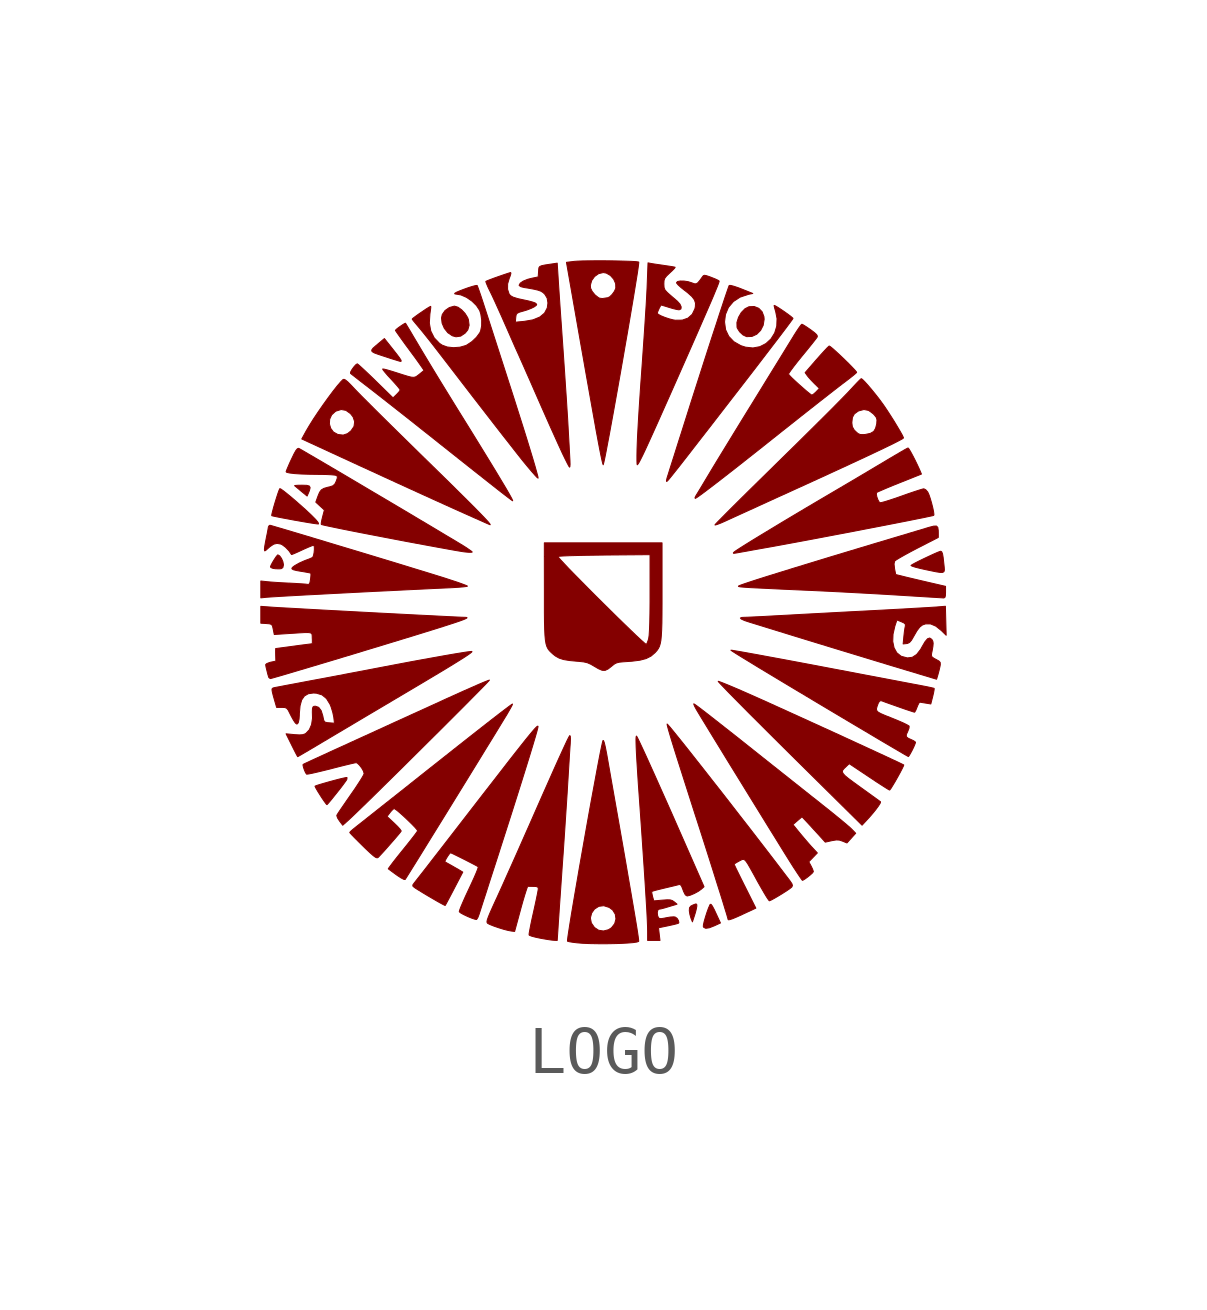
<source format=kicad_sym>
(kicad_symbol_lib
  (version 20210619)
  (generator bitmap2component)
  (symbol "LOGO"
    (pin_names
      (offset 1.016))
    (property "Reference" "#G"
      (at 0 6.872 0)
      (effects (font (size 1.27 1.27)) hide))
    (symbol "LOGO_0_0"
      (polyline (pts (xy 0.362 -7.073) (xy 0.519 -7.069) (xy 0.658 -7.061) (xy 0.772 -7.052) (xy 0.852 -7.04) (xy 0.889 -7.027) (xy 0.89 -7.018) (xy 0.887 -6.987) (xy 0.88 -6.931) (xy 0.868 -6.849) (xy 0.851 -6.739) (xy 0.828 -6.599) (xy 0.799 -6.427) (xy 0.764 -6.222) (xy 0.723 -5.982) (xy 0.675 -5.705) (xy 0.621 -5.389) (xy 0.559 -5.033) (xy 0.489 -4.634) (xy 0.411 -4.192) (xy 0.325 -3.704) (xy 0.231 -3.168) (xy 0.224 -3.127) (xy 0.196 -2.984) (xy 0.174 -2.89) (xy 0.157 -2.843) (xy 0.145 -2.843) (xy 0.145 -2.845) (xy 0.133 -2.889) (xy 0.114 -2.976) (xy 0.088 -3.102) (xy 0.057 -3.263) (xy 0.021 -3.453) (xy -0.019 -3.67) (xy -0.063 -3.907) (xy -0.11 -4.161) (xy -0.158 -4.428) (xy -0.207 -4.703) (xy -0.256 -4.981) (xy -0.305 -5.259) (xy -0.353 -5.531) (xy -0.398 -5.794) (xy -0.441 -6.042) (xy -0.48 -6.273) (xy -0.515 -6.48) (xy -0.524 -6.539) (xy -0.117 -6.539) (xy -0.09 -6.436) (xy -0.032 -6.354) (xy 0.058 -6.296) (xy 0.162 -6.283) (xy 0.276 -6.319) (xy 0.348 -6.373) (xy 0.402 -6.46) (xy 0.416 -6.559) (xy 0.39 -6.657) (xy 0.323 -6.743) (xy 0.259 -6.784) (xy 0.155 -6.81) (xy 0.054 -6.794) (xy -0.032 -6.737) (xy -0.097 -6.643) (xy -0.117 -6.539) (xy -0.524 -6.539) (xy -0.544 -6.661) (xy -0.567 -6.809) (xy -0.584 -6.922) (xy -0.593 -6.994) (xy -0.594 -7.022) (xy -0.593 -7.023) (xy -0.557 -7.033) (xy -0.487 -7.045) (xy -0.396 -7.056) (xy -0.277 -7.066) (xy -0.131 -7.072) (xy 0.029 -7.075) (xy 0.196 -7.076) (xy 0.362 -7.073)) (stroke (width 0.01)) (fill (type outline)))
      (polyline (pts (xy -0.79 -6.738) (xy -0.789 -6.719) (xy -0.783 -6.622) (xy -0.773 -6.484) (xy -0.762 -6.312) (xy -0.748 -6.114) (xy -0.733 -5.896) (xy -0.717 -5.666) (xy -0.701 -5.43) (xy -0.683 -5.184) (xy -0.665 -4.917) (xy -0.647 -4.647) (xy -0.63 -4.385) (xy -0.614 -4.142) (xy -0.6 -3.928) (xy -0.59 -3.754) (xy -0.582 -3.63) (xy -0.571 -3.445) (xy -0.56 -3.272) (xy -0.551 -3.119) (xy -0.543 -2.997) (xy -0.537 -2.916) (xy -0.536 -2.904) (xy -0.532 -2.805) (xy -0.536 -2.749) (xy -0.547 -2.74) (xy -0.551 -2.745) (xy -0.569 -2.777) (xy -0.601 -2.84) (xy -0.645 -2.934) (xy -0.704 -3.062) (xy -0.778 -3.224) (xy -0.868 -3.424) (xy -0.974 -3.663) (xy -1.098 -3.942) (xy -1.24 -4.264) (xy -1.401 -4.63) (xy -1.444 -4.726) (xy -1.549 -4.964) (xy -1.655 -5.204) (xy -1.759 -5.437) (xy -1.857 -5.655) (xy -1.944 -5.851) (xy -2.019 -6.016) (xy -2.077 -6.144) (xy -2.081 -6.151) (xy -2.153 -6.309) (xy -2.206 -6.428) (xy -2.242 -6.515) (xy -2.263 -6.574) (xy -2.271 -6.613) (xy -2.268 -6.636) (xy -2.256 -6.651) (xy -2.255 -6.652) (xy -2.207 -6.676) (xy -2.127 -6.708) (xy -2.028 -6.742) (xy -1.925 -6.774) (xy -1.832 -6.798) (xy -1.764 -6.811) (xy -1.695 -6.819) (xy -1.567 -6.348) (xy -1.562 -6.329) (xy -1.522 -6.186) (xy -1.485 -6.062) (xy -1.454 -5.965) (xy -1.432 -5.901) (xy -1.42 -5.879) (xy -1.415 -5.879) (xy -1.369 -5.88) (xy -1.301 -5.881) (xy -1.247 -5.883) (xy -1.21 -5.897) (xy -1.201 -5.929) (xy -1.206 -5.962) (xy -1.22 -6.037) (xy -1.242 -6.144) (xy -1.27 -6.275) (xy -1.302 -6.42) (xy -1.332 -6.553) (xy -1.359 -6.682) (xy -1.379 -6.786) (xy -1.392 -6.859) (xy -1.394 -6.891) (xy -1.387 -6.899) (xy -1.34 -6.918) (xy -1.261 -6.939) (xy -1.162 -6.96) (xy -1.119 -6.968) (xy -1.014 -6.986) (xy -0.927 -6.999) (xy -0.873 -7.004) (xy -0.808 -7.007) (xy -0.79 -6.738)) (stroke (width 0.01)) (fill (type outline)))
      (polyline (pts (xy 1.302 -6.743) (xy 1.505 -6.701) (xy 1.536 -6.694) (xy 1.626 -6.674) (xy 1.691 -6.657) (xy 1.719 -6.647) (xy 1.726 -6.636) (xy 1.718 -6.593) (xy 1.69 -6.547) (xy 1.65 -6.519) (xy 1.62 -6.515) (xy 1.548 -6.519) (xy 1.462 -6.534) (xy 1.424 -6.542) (xy 1.357 -6.553) (xy 1.32 -6.549) (xy 1.3 -6.53) (xy 1.283 -6.487) (xy 1.277 -6.427) (xy 1.287 -6.377) (xy 1.311 -6.356) (xy 1.312 -6.356) (xy 1.354 -6.349) (xy 1.427 -6.33) (xy 1.517 -6.303) (xy 1.688 -6.251) (xy 1.626 -6.2) (xy 1.59 -6.176) (xy 1.546 -6.162) (xy 1.482 -6.16) (xy 1.384 -6.167) (xy 1.204 -6.183) (xy 1.178 -6.09) (xy 1.174 -6.072) (xy 1.162 -6.014) (xy 1.163 -5.986) (xy 1.179 -5.98) (xy 1.237 -5.963) (xy 1.324 -5.941) (xy 1.431 -5.915) (xy 1.511 -5.896) (xy 1.613 -5.872) (xy 1.69 -5.853) (xy 1.731 -5.842) (xy 1.758 -5.844) (xy 1.784 -5.879) (xy 1.814 -5.955) (xy 1.825 -5.986) (xy 1.861 -6.057) (xy 1.898 -6.08) (xy 1.902 -6.08) (xy 1.965 -6.064) (xy 2.048 -6.029) (xy 2.131 -5.984) (xy 2.195 -5.938) (xy 2.251 -5.888) (xy 1.779 -4.815) (xy 1.722 -4.686) (xy 1.589 -4.383) (xy 1.461 -4.095) (xy 1.341 -3.827) (xy 1.231 -3.58) (xy 1.131 -3.359) (xy 1.044 -3.166) (xy 0.97 -3.006) (xy 0.912 -2.882) (xy 0.871 -2.797) (xy 0.848 -2.754) (xy 0.841 -2.75) (xy 0.836 -2.768) (xy 0.833 -2.811) (xy 0.834 -2.881) (xy 0.837 -2.982) (xy 0.843 -3.115) (xy 0.853 -3.285) (xy 0.866 -3.494) (xy 0.882 -3.744) (xy 0.903 -4.038) (xy 0.927 -4.379) (xy 0.948 -4.678) (xy 0.977 -5.109) (xy 1.003 -5.494) (xy 1.025 -5.834) (xy 1.043 -6.128) (xy 1.058 -6.374) (xy 1.068 -6.573) (xy 1.074 -6.724) (xy 1.076 -6.825) (xy 1.076 -7.007) (xy 1.333 -7.007) (xy 1.302 -6.743)) (stroke (width 0.01)) (fill (type outline)))
      (polyline (pts (xy 2.361 -6.743) (xy 2.47 -6.7) (xy 2.593 -6.643) (xy 2.495 -6.432) (xy 2.465 -6.367) (xy 2.423 -6.289) (xy 2.395 -6.253) (xy 2.378 -6.257) (xy 2.373 -6.266) (xy 2.343 -6.334) (xy 2.311 -6.423) (xy 2.28 -6.52) (xy 2.254 -6.61) (xy 2.238 -6.681) (xy 2.236 -6.718) (xy 2.245 -6.734) (xy 2.287 -6.754) (xy 2.361 -6.743)) (stroke (width 0.01)) (fill (type outline)))
      (polyline (pts (xy 2.054 -6.481) (xy 2.072 -6.423) (xy 2.092 -6.343) (xy 2.101 -6.289) (xy 2.101 -6.282) (xy 2.097 -6.251) (xy 2.075 -6.247) (xy 2.021 -6.268) (xy 1.976 -6.291) (xy 1.948 -6.327) (xy 1.944 -6.387) (xy 1.956 -6.464) (xy 1.979 -6.545) (xy 2.009 -6.619) (xy 2.054 -6.481)) (stroke (width 0.01)) (fill (type outline)))
      (polyline (pts (xy -2.485 -6.567) (xy -2.461 -6.53) (xy -2.437 -6.467) (xy -2.435 -6.462) (xy -2.418 -6.409) (xy -2.388 -6.315) (xy -2.346 -6.184) (xy -2.293 -6.022) (xy -2.233 -5.833) (xy -2.165 -5.622) (xy -2.091 -5.394) (xy -2.014 -5.155) (xy -2.001 -5.113) (xy -1.87 -4.705) (xy -1.749 -4.327) (xy -1.639 -3.98) (xy -1.54 -3.666) (xy -1.453 -3.387) (xy -1.378 -3.145) (xy -1.316 -2.941) (xy -1.267 -2.777) (xy -1.232 -2.656) (xy -1.212 -2.578) (xy -1.207 -2.546) (xy -1.213 -2.542) (xy -1.226 -2.548) (xy -1.247 -2.567) (xy -1.28 -2.601) (xy -1.325 -2.653) (xy -1.384 -2.724) (xy -1.46 -2.817) (xy -1.553 -2.934) (xy -1.666 -3.077) (xy -1.801 -3.249) (xy -1.958 -3.452) (xy -2.141 -3.688) (xy -2.351 -3.958) (xy -2.59 -4.267) (xy -2.754 -4.479) (xy -2.931 -4.708) (xy -3.099 -4.925) (xy -3.253 -5.124) (xy -3.393 -5.304) (xy -3.514 -5.461) (xy -3.616 -5.592) (xy -3.695 -5.692) (xy -3.748 -5.76) (xy -3.773 -5.792) (xy -3.785 -5.807) (xy -3.815 -5.849) (xy -3.815 -5.875) (xy -3.787 -5.9) (xy -3.756 -5.922) (xy -3.689 -5.964) (xy -3.601 -6.018) (xy -3.501 -6.078) (xy -3.398 -6.138) (xy -3.302 -6.194) (xy -3.221 -6.239) (xy -3.164 -6.269) (xy -3.142 -6.278) (xy -3.136 -6.269) (xy -3.111 -6.224) (xy -3.07 -6.147) (xy -3.016 -6.045) (xy -2.954 -5.926) (xy -2.775 -5.583) (xy -2.833 -5.548) (xy -2.863 -5.53) (xy -2.935 -5.489) (xy -3.015 -5.443) (xy -3.069 -5.413) (xy -3.124 -5.382) (xy -3.148 -5.367) (xy -3.142 -5.344) (xy -3.117 -5.297) (xy -3.083 -5.243) (xy -3.051 -5.199) (xy -3.03 -5.18) (xy -3.025 -5.182) (xy -2.986 -5.199) (xy -2.916 -5.233) (xy -2.827 -5.277) (xy -2.729 -5.326) (xy -2.632 -5.376) (xy -2.547 -5.42) (xy -2.485 -5.453) (xy -2.455 -5.471) (xy -2.454 -5.484) (xy -2.466 -5.524) (xy -2.494 -5.595) (xy -2.539 -5.699) (xy -2.604 -5.841) (xy -2.69 -6.025) (xy -2.724 -6.098) (xy -2.775 -6.214) (xy -2.816 -6.31) (xy -2.841 -6.377) (xy -2.848 -6.408) (xy -2.848 -6.409) (xy -2.82 -6.433) (xy -2.759 -6.467) (xy -2.677 -6.506) (xy -2.673 -6.508) (xy -2.59 -6.542) (xy -2.525 -6.564) (xy -2.491 -6.571) (xy -2.485 -6.567)) (stroke (width 0.01)) (fill (type outline)))
      (polyline (pts (xy 2.784 -6.574) (xy 2.849 -6.553) (xy 2.953 -6.509) (xy 3.098 -6.442) (xy 3.33 -6.334) (xy 3.104 -5.882) (xy 3.089 -5.853) (xy 3.022 -5.718) (xy 2.964 -5.6) (xy 2.918 -5.507) (xy 2.889 -5.444) (xy 2.878 -5.419) (xy 2.883 -5.412) (xy 2.921 -5.387) (xy 2.982 -5.353) (xy 3.016 -5.335) (xy 3.046 -5.321) (xy 3.072 -5.317) (xy 3.098 -5.329) (xy 3.128 -5.361) (xy 3.166 -5.418) (xy 3.216 -5.505) (xy 3.283 -5.625) (xy 3.37 -5.785) (xy 3.437 -5.903) (xy 3.501 -6.014) (xy 3.554 -6.102) (xy 3.593 -6.16) (xy 3.611 -6.181) (xy 3.616 -6.18) (xy 3.657 -6.162) (xy 3.726 -6.124) (xy 3.811 -6.074) (xy 3.9 -6.019) (xy 3.982 -5.966) (xy 4.045 -5.922) (xy 4.079 -5.894) (xy 4.079 -5.894) (xy 4.093 -5.863) (xy 4.081 -5.824) (xy 4.039 -5.762) (xy 3.901 -5.581) (xy 3.732 -5.359) (xy 3.553 -5.126) (xy 3.368 -4.886) (xy 3.179 -4.641) (xy 2.988 -4.396) (xy 2.799 -4.152) (xy 2.613 -3.913) (xy 2.432 -3.683) (xy 2.26 -3.463) (xy 2.099 -3.259) (xy 1.952 -3.072) (xy 1.82 -2.906) (xy 1.706 -2.764) (xy 1.613 -2.649) (xy 1.543 -2.564) (xy 1.498 -2.513) (xy 1.482 -2.498) (xy 1.483 -2.515) (xy 1.493 -2.557) (xy 1.511 -2.623) (xy 1.539 -2.719) (xy 1.577 -2.845) (xy 1.626 -3.004) (xy 1.687 -3.198) (xy 1.761 -3.43) (xy 1.848 -3.703) (xy 1.949 -4.019) (xy 2.064 -4.379) (xy 2.108 -4.514) (xy 2.199 -4.797) (xy 2.287 -5.073) (xy 2.371 -5.337) (xy 2.45 -5.587) (xy 2.522 -5.818) (xy 2.588 -6.025) (xy 2.644 -6.205) (xy 2.689 -6.354) (xy 2.724 -6.467) (xy 2.745 -6.541) (xy 2.753 -6.571) (xy 2.755 -6.576) (xy 2.784 -6.574)) (stroke (width 0.01)) (fill (type outline)))
      (polyline (pts (xy -3.974 -5.734) (xy -3.95 -5.697) (xy -3.903 -5.622) (xy -3.836 -5.514) (xy -3.75 -5.376) (xy -3.648 -5.212) (xy -3.534 -5.027) (xy -3.408 -4.823) (xy -3.273 -4.605) (xy -3.132 -4.377) (xy -2.988 -4.143) (xy -2.842 -3.906) (xy -2.697 -3.671) (xy -2.555 -3.44) (xy -2.419 -3.219) (xy -2.292 -3.011) (xy -2.174 -2.82) (xy -2.07 -2.65) (xy -1.981 -2.504) (xy -1.91 -2.387) (xy -1.858 -2.303) (xy -1.823 -2.242) (xy -1.777 -2.162) (xy -1.747 -2.105) (xy -1.739 -2.082) (xy -1.754 -2.089) (xy -1.807 -2.127) (xy -1.897 -2.195) (xy -2.024 -2.292) (xy -2.187 -2.418) (xy -2.384 -2.572) (xy -2.616 -2.754) (xy -2.881 -2.963) (xy -3.178 -3.198) (xy -3.507 -3.458) (xy -3.866 -3.743) (xy -3.879 -3.754) (xy -4.076 -3.91) (xy -4.266 -4.06) (xy -4.443 -4.2) (xy -4.603 -4.327) (xy -4.742 -4.437) (xy -4.855 -4.527) (xy -4.938 -4.592) (xy -4.986 -4.63) (xy -4.995 -4.637) (xy -5.063 -4.692) (xy -5.112 -4.735) (xy -5.13 -4.757) (xy -5.125 -4.765) (xy -5.091 -4.803) (xy -5.03 -4.866) (xy -4.949 -4.947) (xy -4.854 -5.041) (xy -4.799 -5.095) (xy -4.705 -5.183) (xy -4.638 -5.242) (xy -4.592 -5.275) (xy -4.561 -5.286) (xy -4.542 -5.28) (xy -4.527 -5.266) (xy -4.481 -5.217) (xy -4.416 -5.147) (xy -4.341 -5.062) (xy -4.262 -4.972) (xy -4.186 -4.885) (xy -4.122 -4.81) (xy -4.077 -4.755) (xy -4.058 -4.728) (xy -4.059 -4.723) (xy -4.083 -4.688) (xy -4.133 -4.632) (xy -4.202 -4.565) (xy -4.353 -4.425) (xy -4.288 -4.339) (xy -4.269 -4.316) (xy -4.228 -4.273) (xy -4.202 -4.26) (xy -4.191 -4.266) (xy -4.143 -4.3) (xy -4.076 -4.357) (xy -3.997 -4.428) (xy -3.915 -4.506) (xy -3.837 -4.582) (xy -3.772 -4.649) (xy -3.729 -4.699) (xy -3.715 -4.724) (xy -3.716 -4.725) (xy -3.737 -4.756) (xy -3.784 -4.819) (xy -3.852 -4.907) (xy -3.937 -5.014) (xy -4.032 -5.132) (xy -4.042 -5.144) (xy -4.135 -5.26) (xy -4.214 -5.36) (xy -4.275 -5.441) (xy -4.314 -5.494) (xy -4.327 -5.515) (xy -4.324 -5.517) (xy -4.292 -5.541) (xy -4.233 -5.585) (xy -4.156 -5.641) (xy -4.135 -5.656) (xy -4.061 -5.704) (xy -4.004 -5.734) (xy -3.976 -5.738) (xy -3.974 -5.734)) (stroke (width 0.01)) (fill (type outline)))
      (polyline (pts (xy 4.309 -5.753) (xy 4.35 -5.729) (xy 4.407 -5.688) (xy 4.465 -5.641) (xy 4.511 -5.599) (xy 4.528 -5.573) (xy 4.527 -5.566) (xy 4.511 -5.519) (xy 4.48 -5.455) (xy 4.433 -5.368) (xy 4.522 -5.276) (xy 4.611 -5.184) (xy 4.499 -5.063) (xy 4.487 -5.051) (xy 4.413 -4.966) (xy 4.327 -4.866) (xy 4.245 -4.768) (xy 4.103 -4.593) (xy 4.197 -4.512) (xy 4.292 -4.431) (xy 4.379 -4.524) (xy 4.394 -4.54) (xy 4.46 -4.611) (xy 4.54 -4.699) (xy 4.622 -4.788) (xy 4.777 -4.959) (xy 4.91 -4.929) (xy 4.92 -4.927) (xy 5.005 -4.913) (xy 5.07 -4.916) (xy 5.136 -4.938) (xy 5.228 -4.976) (xy 5.319 -4.875) (xy 5.41 -4.774) (xy 5.326 -4.687) (xy 5.29 -4.653) (xy 5.218 -4.591) (xy 5.119 -4.508) (xy 4.998 -4.409) (xy 4.862 -4.299) (xy 4.717 -4.184) (xy 4.649 -4.129) (xy 4.481 -3.997) (xy 4.29 -3.845) (xy 4.082 -3.68) (xy 3.869 -3.511) (xy 3.661 -3.346) (xy 3.466 -3.191) (xy 3.167 -2.953) (xy 2.901 -2.742) (xy 2.672 -2.562) (xy 2.48 -2.411) (xy 2.324 -2.289) (xy 2.202 -2.195) (xy 2.115 -2.129) (xy 2.06 -2.09) (xy 2.038 -2.077) (xy 2.038 -2.088) (xy 2.056 -2.131) (xy 2.091 -2.196) (xy 2.092 -2.198) (xy 2.128 -2.258) (xy 2.187 -2.356) (xy 2.268 -2.488) (xy 2.366 -2.649) (xy 2.479 -2.834) (xy 2.605 -3.039) (xy 2.74 -3.26) (xy 2.883 -3.492) (xy 3.03 -3.73) (xy 3.178 -3.971) (xy 3.325 -4.209) (xy 3.468 -4.441) (xy 3.604 -4.662) (xy 3.731 -4.866) (xy 3.845 -5.051) (xy 3.944 -5.211) (xy 4.026 -5.342) (xy 4.087 -5.439) (xy 4.125 -5.499) (xy 4.129 -5.504) (xy 4.193 -5.602) (xy 4.246 -5.681) (xy 4.284 -5.735) (xy 4.3 -5.755) (xy 4.309 -5.753)) (stroke (width 0.01)) (fill (type outline)))
      (polyline (pts (xy -5.172 -4.514) (xy -5.154 -4.498) (xy -5.089 -4.437) (xy -4.996 -4.348) (xy -4.879 -4.235) (xy -4.741 -4.101) (xy -4.585 -3.948) (xy -4.415 -3.78) (xy -4.232 -3.6) (xy -4.041 -3.412) (xy -3.845 -3.217) (xy -3.647 -3.021) (xy -3.449 -2.824) (xy -3.255 -2.632) (xy -3.069 -2.446) (xy -2.893 -2.27) (xy -2.731 -2.108) (xy -2.586 -1.961) (xy -2.46 -1.834) (xy -2.358 -1.73) (xy -2.281 -1.651) (xy -2.235 -1.601) (xy -2.22 -1.583) (xy -2.222 -1.583) (xy -2.257 -1.595) (xy -2.332 -1.625) (xy -2.441 -1.671) (xy -2.579 -1.732) (xy -2.741 -1.803) (xy -2.922 -1.885) (xy -3.118 -1.973) (xy -3.401 -2.103) (xy -3.823 -2.295) (xy -4.203 -2.468) (xy -4.541 -2.623) (xy -4.841 -2.76) (xy -5.104 -2.88) (xy -5.331 -2.984) (xy -5.525 -3.072) (xy -5.687 -3.147) (xy -5.82 -3.208) (xy -5.925 -3.256) (xy -6.003 -3.293) (xy -6.058 -3.318) (xy -6.09 -3.334) (xy -6.101 -3.34) (xy -6.104 -3.352) (xy -6.094 -3.398) (xy -6.074 -3.458) (xy -6.05 -3.512) (xy -6.029 -3.542) (xy -6.027 -3.543) (xy -5.989 -3.539) (xy -5.912 -3.524) (xy -5.803 -3.499) (xy -5.67 -3.467) (xy -5.52 -3.43) (xy -5.495 -3.423) (xy -5.347 -3.385) (xy -5.214 -3.352) (xy -5.106 -3.326) (xy -5.031 -3.309) (xy -4.995 -3.303) (xy -4.971 -3.313) (xy -4.927 -3.355) (xy -4.88 -3.416) (xy -4.844 -3.48) (xy -4.83 -3.532) (xy -4.83 -3.533) (xy -4.846 -3.568) (xy -4.886 -3.637) (xy -4.946 -3.731) (xy -5.021 -3.845) (xy -5.108 -3.97) (xy -5.115 -3.98) (xy -5.201 -4.104) (xy -5.277 -4.215) (xy -5.339 -4.305) (xy -5.381 -4.369) (xy -5.398 -4.398) (xy -5.399 -4.41) (xy -5.382 -4.458) (xy -5.343 -4.518) (xy -5.276 -4.607) (xy -5.172 -4.514)) (stroke (width 0.01)) (fill (type outline)))
      (polyline (pts (xy 5.672 -4.466) (xy 5.69 -4.447) (xy 5.766 -4.359) (xy 5.835 -4.273) (xy 5.889 -4.199) (xy 5.922 -4.145) (xy 5.928 -4.119) (xy 5.927 -4.118) (xy 5.898 -4.097) (xy 5.835 -4.051) (xy 5.746 -3.987) (xy 5.636 -3.907) (xy 5.512 -3.818) (xy 5.493 -3.804) (xy 5.355 -3.704) (xy 5.253 -3.628) (xy 5.185 -3.571) (xy 5.146 -3.526) (xy 5.132 -3.491) (xy 5.141 -3.458) (xy 5.17 -3.424) (xy 5.213 -3.383) (xy 5.275 -3.324) (xy 5.693 -3.603) (xy 5.72 -3.621) (xy 5.844 -3.704) (xy 5.953 -3.774) (xy 6.039 -3.829) (xy 6.096 -3.864) (xy 6.118 -3.874) (xy 6.144 -3.841) (xy 6.184 -3.776) (xy 6.234 -3.693) (xy 6.286 -3.601) (xy 6.336 -3.51) (xy 6.377 -3.431) (xy 6.404 -3.375) (xy 6.412 -3.351) (xy 6.406 -3.348) (xy 6.362 -3.326) (xy 6.279 -3.286) (xy 6.16 -3.231) (xy 6.011 -3.161) (xy 5.835 -3.08) (xy 5.638 -2.989) (xy 5.423 -2.89) (xy 5.195 -2.785) (xy 4.958 -2.676) (xy 4.716 -2.566) (xy 4.475 -2.456) (xy 4.238 -2.348) (xy 4.009 -2.244) (xy 3.793 -2.146) (xy 3.595 -2.056) (xy 3.419 -1.977) (xy 3.269 -1.91) (xy 3.197 -1.878) (xy 3.028 -1.804) (xy 2.875 -1.738) (xy 2.744 -1.683) (xy 2.642 -1.642) (xy 2.574 -1.616) (xy 2.546 -1.608) (xy 2.552 -1.618) (xy 2.59 -1.66) (xy 2.659 -1.732) (xy 2.756 -1.833) (xy 2.88 -1.959) (xy 3.028 -2.109) (xy 3.196 -2.279) (xy 3.384 -2.466) (xy 3.587 -2.669) (xy 3.804 -2.885) (xy 4.032 -3.111) (xy 5.543 -4.606) (xy 5.672 -4.466)) (stroke (width 0.01)) (fill (type outline)))
      (polyline (pts (xy -5.603 -4.177) (xy -5.577 -4.149) (xy -5.529 -4.093) (xy -5.468 -4.017) (xy -5.399 -3.931) (xy -5.33 -3.844) (xy -5.269 -3.764) (xy -5.223 -3.701) (xy -5.197 -3.664) (xy -5.188 -3.642) (xy -5.188 -3.612) (xy -5.206 -3.613) (xy -5.263 -3.625) (xy -5.348 -3.645) (xy -5.451 -3.672) (xy -5.561 -3.702) (xy -5.667 -3.732) (xy -5.758 -3.759) (xy -5.824 -3.78) (xy -5.853 -3.793) (xy -5.852 -3.799) (xy -5.832 -3.839) (xy -5.793 -3.906) (xy -5.74 -3.99) (xy -5.714 -4.031) (xy -5.662 -4.107) (xy -5.624 -4.159) (xy -5.606 -4.178) (xy -5.603 -4.177)) (stroke (width 0.01)) (fill (type outline)))
      (polyline (pts (xy -6.202 -3.172) (xy -6.153 -3.144) (xy -6.071 -3.096) (xy -5.962 -3.032) (xy -5.832 -2.955) (xy -5.688 -2.869) (xy -5.683 -2.866) (xy -5.555 -2.79) (xy -5.39 -2.692) (xy -5.196 -2.577) (xy -4.979 -2.448) (xy -4.747 -2.31) (xy -4.505 -2.167) (xy -4.261 -2.022) (xy -4.021 -1.88) (xy -3.888 -1.801) (xy -3.605 -1.633) (xy -3.361 -1.487) (xy -3.155 -1.364) (xy -2.985 -1.26) (xy -2.848 -1.175) (xy -2.742 -1.108) (xy -2.665 -1.057) (xy -2.615 -1.021) (xy -2.588 -0.998) (xy -2.584 -0.987) (xy -2.585 -0.986) (xy -2.619 -0.988) (xy -2.697 -0.998) (xy -2.816 -1.017) (xy -2.969 -1.042) (xy -3.154 -1.074) (xy -3.365 -1.112) (xy -3.599 -1.154) (xy -3.85 -1.2) (xy -4.115 -1.25) (xy -4.389 -1.302) (xy -4.582 -1.339) (xy -4.847 -1.39) (xy -5.129 -1.443) (xy -5.41 -1.497) (xy -5.674 -1.547) (xy -5.906 -1.59) (xy -5.965 -1.601) (xy -6.15 -1.636) (xy -6.319 -1.668) (xy -6.465 -1.695) (xy -6.582 -1.718) (xy -6.664 -1.733) (xy -6.703 -1.741) (xy -6.725 -1.747) (xy -6.744 -1.758) (xy -6.75 -1.782) (xy -6.743 -1.828) (xy -6.724 -1.905) (xy -6.691 -2.021) (xy -6.653 -2.152) (xy -6.54 -2.152) (xy -6.48 -2.155) (xy -6.442 -2.171) (xy -6.411 -2.21) (xy -6.374 -2.284) (xy -6.346 -2.339) (xy -6.304 -2.415) (xy -6.271 -2.465) (xy -6.256 -2.483) (xy -6.23 -2.5) (xy -6.207 -2.478) (xy -6.199 -2.459) (xy -6.186 -2.396) (xy -6.18 -2.315) (xy -6.18 -2.283) (xy -6.165 -2.118) (xy -6.131 -1.996) (xy -6.074 -1.914) (xy -5.993 -1.867) (xy -5.886 -1.852) (xy -5.823 -1.856) (xy -5.707 -1.891) (xy -5.614 -1.968) (xy -5.54 -2.088) (xy -5.518 -2.142) (xy -5.484 -2.253) (xy -5.463 -2.352) (xy -5.448 -2.481) (xy -5.557 -2.473) (xy -5.603 -2.469) (xy -5.649 -2.456) (xy -5.671 -2.423) (xy -5.686 -2.355) (xy -5.69 -2.332) (xy -5.725 -2.22) (xy -5.777 -2.151) (xy -5.844 -2.127) (xy -5.877 -2.13) (xy -5.897 -2.145) (xy -5.907 -2.181) (xy -5.909 -2.248) (xy -5.906 -2.355) (xy -5.906 -2.382) (xy -5.925 -2.51) (xy -5.972 -2.618) (xy -6.042 -2.692) (xy -6.062 -2.704) (xy -6.112 -2.721) (xy -6.18 -2.725) (xy -6.282 -2.719) (xy -6.456 -2.702) (xy -6.338 -2.94) (xy -6.299 -3.018) (xy -6.257 -3.101) (xy -6.227 -3.157) (xy -6.214 -3.178) (xy -6.202 -3.172)) (stroke (width 0.01)) (fill (type outline)))
      (polyline (pts (xy 6.522 -3.159) (xy 6.551 -3.111) (xy 6.587 -3.044) (xy 6.621 -2.974) (xy 6.646 -2.914) (xy 6.657 -2.88) (xy 6.653 -2.873) (xy 6.618 -2.847) (xy 6.556 -2.818) (xy 6.506 -2.796) (xy 6.466 -2.764) (xy 6.464 -2.72) (xy 6.496 -2.649) (xy 6.498 -2.644) (xy 6.521 -2.584) (xy 6.524 -2.543) (xy 6.518 -2.537) (xy 6.474 -2.511) (xy 6.396 -2.473) (xy 6.292 -2.428) (xy 6.17 -2.378) (xy 6.152 -2.371) (xy 6.021 -2.319) (xy 5.931 -2.28) (xy 5.875 -2.248) (xy 5.847 -2.216) (xy 5.843 -2.179) (xy 5.856 -2.13) (xy 5.881 -2.063) (xy 5.884 -2.057) (xy 5.912 -2.015) (xy 5.95 -2.014) (xy 5.964 -2.019) (xy 6.032 -2.045) (xy 6.125 -2.078) (xy 6.233 -2.116) (xy 6.346 -2.156) (xy 6.452 -2.193) (xy 6.543 -2.223) (xy 6.607 -2.244) (xy 6.635 -2.252) (xy 6.641 -2.248) (xy 6.663 -2.21) (xy 6.689 -2.146) (xy 6.701 -2.115) (xy 6.727 -2.062) (xy 6.747 -2.043) (xy 6.755 -2.044) (xy 6.803 -2.052) (xy 6.872 -2.063) (xy 6.975 -2.08) (xy 7.015 -1.923) (xy 7.033 -1.845) (xy 7.044 -1.784) (xy 7.045 -1.756) (xy 7.032 -1.752) (xy 6.979 -1.739) (xy 6.894 -1.721) (xy 6.79 -1.701) (xy 6.729 -1.689) (xy 6.621 -1.669) (xy 6.473 -1.641) (xy 6.29 -1.606) (xy 6.074 -1.565) (xy 5.832 -1.519) (xy 5.567 -1.469) (xy 5.285 -1.415) (xy 4.988 -1.359) (xy 4.683 -1.301) (xy 4.652 -1.295) (xy 4.355 -1.239) (xy 4.073 -1.186) (xy 3.81 -1.137) (xy 3.57 -1.093) (xy 3.355 -1.053) (xy 3.171 -1.02) (xy 3.021 -0.993) (xy 2.908 -0.974) (xy 2.837 -0.962) (xy 2.811 -0.96) (xy 2.812 -0.962) (xy 2.845 -0.985) (xy 2.92 -1.033) (xy 3.036 -1.105) (xy 3.192 -1.2) (xy 3.386 -1.319) (xy 3.619 -1.459) (xy 3.888 -1.621) (xy 4.193 -1.804) (xy 4.534 -2.008) (xy 4.908 -2.231) (xy 5.316 -2.474) (xy 5.756 -2.735) (xy 5.895 -2.818) (xy 6.058 -2.914) (xy 6.204 -3) (xy 6.327 -3.072) (xy 6.422 -3.128) (xy 6.484 -3.163) (xy 6.508 -3.176) (xy 6.522 -3.159)) (stroke (width 0.01)) (fill (type outline)))
      (polyline (pts (xy 7.123 -1.472) (xy 7.124 -1.469) (xy 7.148 -1.379) (xy 7.168 -1.291) (xy 7.173 -1.258) (xy 7.171 -1.216) (xy 7.143 -1.185) (xy 7.08 -1.15) (xy 7.046 -1.133) (xy 7.001 -1.101) (xy 6.987 -1.068) (xy 6.993 -1.018) (xy 7.002 -0.978) (xy 7.019 -0.881) (xy 7.024 -0.816) (xy 7.017 -0.773) (xy 6.998 -0.738) (xy 6.992 -0.732) (xy 6.952 -0.706) (xy 6.907 -0.722) (xy 6.855 -0.783) (xy 6.793 -0.889) (xy 6.764 -0.942) (xy 6.681 -1.049) (xy 6.59 -1.108) (xy 6.487 -1.121) (xy 6.369 -1.09) (xy 6.352 -1.083) (xy 6.266 -1.013) (xy 6.209 -0.909) (xy 6.182 -0.778) (xy 6.188 -0.626) (xy 6.226 -0.459) (xy 6.269 -0.33) (xy 6.365 -0.369) (xy 6.419 -0.394) (xy 6.447 -0.423) (xy 6.444 -0.46) (xy 6.436 -0.5) (xy 6.424 -0.579) (xy 6.414 -0.671) (xy 6.399 -0.83) (xy 6.472 -0.822) (xy 6.49 -0.819) (xy 6.532 -0.799) (xy 6.572 -0.753) (xy 6.619 -0.672) (xy 6.621 -0.668) (xy 6.687 -0.554) (xy 6.745 -0.478) (xy 6.802 -0.434) (xy 6.867 -0.412) (xy 6.972 -0.413) (xy 7.08 -0.459) (xy 7.195 -0.551) (xy 7.295 -0.649) (xy 7.287 -0.347) (xy 7.279 -0.045) (xy 7.087 -0.061) (xy 7.034 -0.064) (xy 6.931 -0.071) (xy 6.789 -0.079) (xy 6.614 -0.089) (xy 6.413 -0.101) (xy 6.19 -0.113) (xy 5.952 -0.126) (xy 5.706 -0.139) (xy 5.574 -0.146) (xy 5.298 -0.16) (xy 5.016 -0.175) (xy 4.738 -0.19) (xy 4.473 -0.204) (xy 4.23 -0.217) (xy 4.019 -0.229) (xy 3.848 -0.238) (xy 3.679 -0.247) (xy 3.507 -0.257) (xy 3.355 -0.264) (xy 3.229 -0.27) (xy 3.139 -0.274) (xy 3.091 -0.275) (xy 3.037 -0.278) (xy 3.008 -0.29) (xy 3.027 -0.311) (xy 3.094 -0.342) (xy 3.209 -0.38) (xy 3.226 -0.385) (xy 3.657 -0.518) (xy 4.101 -0.655) (xy 4.548 -0.792) (xy 4.986 -0.926) (xy 5.407 -1.054) (xy 5.801 -1.174) (xy 6.156 -1.282) (xy 7.095 -1.565) (xy 7.123 -1.472)) (stroke (width 0.01)) (fill (type outline)))
      (polyline (pts (xy -6.781 -1.551) (xy -6.742 -1.541) (xy -6.661 -1.518) (xy -6.542 -1.484) (xy -6.39 -1.439) (xy -6.209 -1.385) (xy -6.003 -1.324) (xy -5.779 -1.257) (xy -5.538 -1.185) (xy -5.287 -1.109) (xy -5.03 -1.032) (xy -4.772 -0.953) (xy -4.516 -0.876) (xy -4.268 -0.8) (xy -4.032 -0.728) (xy -3.812 -0.661) (xy -3.614 -0.6) (xy -3.441 -0.546) (xy -3.324 -0.51) (xy -3.12 -0.445) (xy -2.959 -0.393) (xy -2.838 -0.352) (xy -2.754 -0.321) (xy -2.705 -0.299) (xy -2.686 -0.285) (xy -2.696 -0.278) (xy -2.73 -0.275) (xy -2.744 -0.275) (xy -2.808 -0.273) (xy -2.916 -0.268) (xy -3.062 -0.261) (xy -3.242 -0.252) (xy -3.45 -0.241) (xy -3.682 -0.23) (xy -3.934 -0.217) (xy -4.2 -0.203) (xy -4.476 -0.189) (xy -4.756 -0.174) (xy -5.037 -0.159) (xy -5.314 -0.144) (xy -5.581 -0.13) (xy -5.834 -0.116) (xy -6.068 -0.103) (xy -6.278 -0.091) (xy -6.46 -0.081) (xy -6.609 -0.073) (xy -6.72 -0.066) (xy -6.788 -0.061) (xy -6.982 -0.047) (xy -6.982 -0.398) (xy -6.864 -0.405) (xy -6.805 -0.41) (xy -6.761 -0.423) (xy -6.739 -0.456) (xy -6.724 -0.523) (xy -6.702 -0.633) (xy -6.398 -0.613) (xy -6.331 -0.609) (xy -6.181 -0.599) (xy -6.072 -0.593) (xy -5.998 -0.592) (xy -5.952 -0.598) (xy -5.926 -0.61) (xy -5.915 -0.632) (xy -5.912 -0.664) (xy -5.911 -0.707) (xy -5.909 -0.747) (xy -5.909 -0.803) (xy -5.914 -0.826) (xy -5.922 -0.827) (xy -5.97 -0.833) (xy -6.055 -0.844) (xy -6.167 -0.858) (xy -6.297 -0.876) (xy -6.363 -0.885) (xy -6.484 -0.901) (xy -6.582 -0.914) (xy -6.648 -0.923) (xy -6.673 -0.926) (xy -6.673 -0.936) (xy -6.674 -0.984) (xy -6.673 -1.057) (xy -6.669 -1.188) (xy -6.775 -1.21) (xy -6.804 -1.218) (xy -6.86 -1.24) (xy -6.882 -1.261) (xy -6.881 -1.264) (xy -6.874 -1.309) (xy -6.857 -1.379) (xy -6.838 -1.456) (xy -6.819 -1.52) (xy -6.813 -1.532) (xy -6.784 -1.552) (xy -6.781 -1.551)) (stroke (width 0.01)) (fill (type outline)))
      (polyline (pts (xy 0.253 -1.351) (xy 0.332 -1.289) (xy 0.345 -1.278) (xy 0.388 -1.245) (xy 0.431 -1.224) (xy 0.487 -1.21) (xy 0.569 -1.202) (xy 0.688 -1.194) (xy 0.746 -1.19) (xy 0.914 -1.169) (xy 1.044 -1.135) (xy 1.147 -1.083) (xy 1.232 -1.01) (xy 1.237 -1.004) (xy 1.271 -0.966) (xy 1.298 -0.927) (xy 1.321 -0.882) (xy 1.338 -0.826) (xy 1.352 -0.755) (xy 1.361 -0.663) (xy 1.368 -0.545) (xy 1.373 -0.397) (xy 1.375 -0.214) (xy 1.376 0.01) (xy 1.376 0.278) (xy 1.376 1.276) (xy -1.076 1.276) (xy -1.076 0.992) (xy -0.792 0.992) (xy -0.791 0.993) (xy -0.756 0.998) (xy -0.677 1.003) (xy -0.56 1.008) (xy -0.41 1.012) (xy -0.234 1.016) (xy -0.036 1.019) (xy 0.177 1.022) (xy 1.126 1.03) (xy 1.126 0.213) (xy 1.126 0.044) (xy 1.124 -0.192) (xy 1.12 -0.388) (xy 1.114 -0.543) (xy 1.107 -0.653) (xy 1.098 -0.715) (xy 1.089 -0.748) (xy 1.067 -0.809) (xy 1.049 -0.84) (xy 1.039 -0.835) (xy 0.998 -0.801) (xy 0.928 -0.738) (xy 0.833 -0.65) (xy 0.719 -0.54) (xy 0.588 -0.413) (xy 0.445 -0.274) (xy 0.293 -0.124) (xy 0.137 0.03) (xy -0.019 0.185) (xy -0.171 0.338) (xy -0.315 0.484) (xy -0.448 0.619) (xy -0.565 0.739) (xy -0.661 0.841) (xy -0.734 0.919) (xy -0.779 0.971) (xy -0.792 0.992) (xy -1.076 0.992) (xy -1.075 0.257) (xy -1.075 0.058) (xy -1.075 -0.177) (xy -1.073 -0.371) (xy -1.069 -0.527) (xy -1.063 -0.652) (xy -1.054 -0.75) (xy -1.041 -0.826) (xy -1.023 -0.885) (xy -1 -0.931) (xy -0.971 -0.97) (xy -0.935 -1.006) (xy -0.893 -1.044) (xy -0.843 -1.083) (xy -0.768 -1.125) (xy -0.676 -1.155) (xy -0.556 -1.175) (xy -0.397 -1.19) (xy -0.357 -1.193) (xy -0.256 -1.204) (xy -0.179 -1.222) (xy -0.108 -1.253) (xy -0.022 -1.303) (xy 0.051 -1.346) (xy 0.128 -1.379) (xy 0.19 -1.381) (xy 0.253 -1.351)) (stroke (width 0.01)) (fill (type outline)))
      (polyline (pts (xy -6.888 0.14) (xy -6.857 0.143) (xy -6.772 0.149) (xy -6.643 0.157) (xy -6.476 0.167) (xy -6.275 0.178) (xy -6.045 0.191) (xy -5.788 0.204) (xy -5.511 0.219) (xy -5.216 0.234) (xy -4.909 0.25) (xy -4.594 0.266) (xy -4.275 0.281) (xy -3.957 0.297) (xy -3.643 0.312) (xy -3.338 0.327) (xy -3.047 0.34) (xy -2.985 0.343) (xy -2.864 0.351) (xy -2.766 0.359) (xy -2.701 0.367) (xy -2.678 0.374) (xy -2.679 0.376) (xy -2.711 0.391) (xy -2.782 0.418) (xy -2.885 0.455) (xy -3.013 0.497) (xy -3.159 0.545) (xy -3.213 0.562) (xy -3.349 0.604) (xy -3.523 0.658) (xy -3.73 0.721) (xy -3.964 0.793) (xy -4.219 0.871) (xy -4.49 0.953) (xy -4.77 1.038) (xy -5.055 1.124) (xy -5.338 1.209) (xy -5.613 1.292) (xy -5.875 1.371) (xy -6.117 1.444) (xy -6.335 1.509) (xy -6.523 1.565) (xy -6.674 1.609) (xy -6.783 1.641) (xy -6.805 1.64) (xy -6.825 1.608) (xy -6.825 1.605) (xy -6.833 1.556) (xy -6.848 1.476) (xy -6.868 1.381) (xy -6.869 1.373) (xy -6.888 1.277) (xy -6.902 1.195) (xy -6.907 1.145) (xy -6.907 1.133) (xy -6.902 1.109) (xy -6.883 1.116) (xy -6.838 1.156) (xy -6.789 1.199) (xy -6.713 1.249) (xy -6.643 1.265) (xy -6.567 1.251) (xy -6.539 1.238) (xy -6.467 1.185) (xy -6.396 1.111) (xy -6.342 1.032) (xy -6.335 1.034) (xy -6.291 1.051) (xy -6.218 1.083) (xy -6.125 1.126) (xy -6.073 1.15) (xy -5.984 1.189) (xy -5.916 1.216) (xy -5.882 1.226) (xy -5.878 1.225) (xy -5.868 1.195) (xy -5.867 1.137) (xy -5.873 1.07) (xy -5.886 1.009) (xy -5.902 0.974) (xy -5.918 0.965) (xy -5.97 0.942) (xy -6.043 0.915) (xy -6.081 0.9) (xy -6.181 0.855) (xy -6.266 0.807) (xy -6.282 0.797) (xy -6.326 0.763) (xy -6.336 0.737) (xy -6.308 0.717) (xy -6.238 0.699) (xy -6.122 0.679) (xy -6.118 0.679) (xy -6.032 0.664) (xy -5.968 0.652) (xy -5.94 0.643) (xy -5.938 0.634) (xy -5.939 0.587) (xy -5.947 0.516) (xy -5.958 0.451) (xy -5.976 0.414) (xy -6.003 0.41) (xy -6.008 0.411) (xy -6.056 0.417) (xy -6.141 0.423) (xy -6.253 0.43) (xy -6.381 0.437) (xy -6.393 0.437) (xy -6.531 0.444) (xy -6.663 0.452) (xy -6.775 0.46) (xy -6.851 0.467) (xy -6.982 0.481) (xy -6.982 0.13) (xy -6.888 0.14)) (stroke (width 0.01)) (fill (type outline)))
      (polyline (pts (xy 7.267 0.137) (xy 7.279 0.173) (xy 7.282 0.248) (xy 7.282 0.37) (xy 6.988 0.438) (xy 6.893 0.46) (xy 6.739 0.496) (xy 6.591 0.531) (xy 6.469 0.56) (xy 6.244 0.616) (xy 6.22 0.736) (xy 6.22 0.74) (xy 6.209 0.836) (xy 6.222 0.895) (xy 6.223 0.897) (xy 6.258 0.923) (xy 6.329 0.966) (xy 6.429 1.023) (xy 6.552 1.09) (xy 6.689 1.162) (xy 7.131 1.389) (xy 7.131 1.489) (xy 7.13 1.534) (xy 7.121 1.597) (xy 7.093 1.626) (xy 7.037 1.625) (xy 6.944 1.601) (xy 6.943 1.601) (xy 6.357 1.425) (xy 5.818 1.264) (xy 5.327 1.116) (xy 4.883 0.982) (xy 4.487 0.861) (xy 4.136 0.754) (xy 3.833 0.66) (xy 3.575 0.58) (xy 3.363 0.513) (xy 3.197 0.459) (xy 3.076 0.418) (xy 3.001 0.391) (xy 2.969 0.376) (xy 2.967 0.373) (xy 2.969 0.368) (xy 2.982 0.364) (xy 3.008 0.359) (xy 3.052 0.355) (xy 3.117 0.35) (xy 3.207 0.344) (xy 3.325 0.338) (xy 3.475 0.331) (xy 3.661 0.322) (xy 3.885 0.311) (xy 4.153 0.299) (xy 4.467 0.285) (xy 4.518 0.283) (xy 4.788 0.27) (xy 5.089 0.255) (xy 5.405 0.238) (xy 5.719 0.221) (xy 6.017 0.204) (xy 6.281 0.188) (xy 6.489 0.175) (xy 6.685 0.163) (xy 6.86 0.152) (xy 7.009 0.143) (xy 7.126 0.136) (xy 7.204 0.131) (xy 7.238 0.128) (xy 7.242 0.128) (xy 7.267 0.137)) (stroke (width 0.01)) (fill (type outline)))
      (polyline (pts (xy 7.221 0.66) (xy 7.249 0.676) (xy 7.258 0.71) (xy 7.255 0.763) (xy 7.247 0.839) (xy 7.245 0.856) (xy 7.232 0.974) (xy 7.219 1.049) (xy 7.202 1.089) (xy 7.182 1.101) (xy 7.165 1.097) (xy 7.111 1.076) (xy 7.029 1.04) (xy 6.932 0.995) (xy 6.828 0.946) (xy 6.729 0.898) (xy 6.645 0.855) (xy 6.586 0.822) (xy 6.562 0.805) (xy 6.562 0.804) (xy 6.588 0.79) (xy 6.652 0.769) (xy 6.747 0.745) (xy 6.862 0.719) (xy 6.963 0.698) (xy 7.085 0.673) (xy 7.169 0.66) (xy 7.221 0.66)) (stroke (width 0.01)) (fill (type outline)))
      (polyline (pts (xy -6.559 0.738) (xy -6.524 0.76) (xy -6.511 0.815) (xy -6.511 0.823) (xy -6.523 0.885) (xy -6.552 0.952) (xy -6.59 1.004) (xy -6.627 1.026) (xy -6.634 1.022) (xy -6.662 0.989) (xy -6.7 0.932) (xy -6.739 0.868) (xy -6.769 0.811) (xy -6.782 0.776) (xy -6.769 0.76) (xy -6.725 0.743) (xy -6.67 0.736) (xy -6.594 0.735) (xy -6.559 0.738)) (stroke (width 0.01)) (fill (type outline)))
      (polyline (pts (xy 2.916 1.064) (xy 2.947 1.069) (xy 3.024 1.083) (xy 3.138 1.103) (xy 3.279 1.129) (xy 3.441 1.158) (xy 3.616 1.189) (xy 3.651 1.195) (xy 3.837 1.229) (xy 4.048 1.268) (xy 4.28 1.311) (xy 4.526 1.357) (xy 4.784 1.406) (xy 5.048 1.456) (xy 5.313 1.506) (xy 5.575 1.557) (xy 5.83 1.606) (xy 6.072 1.653) (xy 6.297 1.697) (xy 6.501 1.737) (xy 6.679 1.773) (xy 6.826 1.802) (xy 6.937 1.826) (xy 7.009 1.841) (xy 7.036 1.849) (xy 7.04 1.867) (xy 7.033 1.924) (xy 7.016 2.007) (xy 6.992 2.102) (xy 6.965 2.196) (xy 6.937 2.278) (xy 6.912 2.333) (xy 6.911 2.335) (xy 6.87 2.382) (xy 6.83 2.402) (xy 6.801 2.396) (xy 6.732 2.375) (xy 6.63 2.342) (xy 6.506 2.3) (xy 6.368 2.251) (xy 6.246 2.208) (xy 6.122 2.167) (xy 6.02 2.135) (xy 5.949 2.116) (xy 5.917 2.112) (xy 5.901 2.124) (xy 5.874 2.171) (xy 5.851 2.233) (xy 5.84 2.291) (xy 5.847 2.326) (xy 5.848 2.326) (xy 5.882 2.343) (xy 5.954 2.374) (xy 6.056 2.418) (xy 6.182 2.47) (xy 6.324 2.527) (xy 6.78 2.709) (xy 6.747 2.787) (xy 6.738 2.808) (xy 6.695 2.901) (xy 6.647 3) (xy 6.598 3.095) (xy 6.554 3.176) (xy 6.52 3.232) (xy 6.502 3.253) (xy 6.488 3.247) (xy 6.437 3.22) (xy 6.356 3.173) (xy 6.252 3.112) (xy 6.133 3.042) (xy 6.101 3.023) (xy 5.988 2.955) (xy 5.841 2.868) (xy 5.667 2.764) (xy 5.473 2.649) (xy 5.265 2.526) (xy 5.051 2.4) (xy 4.837 2.274) (xy 4.657 2.168) (xy 4.379 2.004) (xy 4.114 1.846) (xy 3.866 1.698) (xy 3.638 1.56) (xy 3.433 1.436) (xy 3.256 1.328) (xy 3.108 1.236) (xy 2.994 1.164) (xy 2.916 1.113) (xy 2.878 1.085) (xy 2.861 1.066) (xy 2.867 1.057) (xy 2.916 1.064)) (stroke (width 0.01)) (fill (type outline)))
      (polyline (pts (xy -2.578 1.085) (xy -2.593 1.1) (xy -2.641 1.134) (xy -2.709 1.181) (xy -2.713 1.183) (xy -2.762 1.214) (xy -2.849 1.267) (xy -2.968 1.339) (xy -3.117 1.427) (xy -3.29 1.531) (xy -3.484 1.647) (xy -3.695 1.772) (xy -3.919 1.906) (xy -4.152 2.044) (xy -4.39 2.185) (xy -4.629 2.326) (xy -4.865 2.466) (xy -5.093 2.601) (xy -5.311 2.73) (xy -5.514 2.849) (xy -5.697 2.957) (xy -5.858 3.051) (xy -5.992 3.129) (xy -6.094 3.189) (xy -6.162 3.228) (xy -6.19 3.243) (xy -6.198 3.245) (xy -6.222 3.235) (xy -6.252 3.199) (xy -6.291 3.129) (xy -6.344 3.019) (xy -6.38 2.942) (xy -6.419 2.852) (xy -6.446 2.787) (xy -6.456 2.757) (xy -6.44 2.744) (xy -6.379 2.731) (xy -6.277 2.719) (xy -6.14 2.71) (xy -5.973 2.705) (xy -5.781 2.702) (xy -5.752 2.702) (xy -5.627 2.7) (xy -5.521 2.695) (xy -5.445 2.688) (xy -5.408 2.68) (xy -5.389 2.66) (xy -5.389 2.625) (xy -5.411 2.561) (xy -5.436 2.508) (xy -5.478 2.466) (xy -5.546 2.443) (xy -5.581 2.436) (xy -5.668 2.411) (xy -5.722 2.379) (xy -5.758 2.33) (xy -5.79 2.254) (xy -5.837 2.124) (xy -5.658 1.96) (xy -5.696 1.816) (xy -5.712 1.75) (xy -5.723 1.688) (xy -5.723 1.66) (xy -5.715 1.657) (xy -5.665 1.644) (xy -5.573 1.624) (xy -5.444 1.597) (xy -5.285 1.564) (xy -5.099 1.527) (xy -4.891 1.486) (xy -4.668 1.443) (xy -4.434 1.398) (xy -4.194 1.352) (xy -3.953 1.306) (xy -3.716 1.262) (xy -3.489 1.22) (xy -3.277 1.181) (xy -3.084 1.146) (xy -2.916 1.116) (xy -2.778 1.093) (xy -2.727 1.086) (xy -2.655 1.08) (xy -2.599 1.079) (xy -2.578 1.085)) (stroke (width 0.01)) (fill (type outline)))
      (polyline (pts (xy 2.53 1.661) (xy 2.603 1.689) (xy 2.696 1.73) (xy 2.759 1.759) (xy 2.864 1.807) (xy 3.004 1.871) (xy 3.173 1.948) (xy 3.366 2.036) (xy 3.576 2.132) (xy 3.799 2.234) (xy 4.029 2.338) (xy 4.175 2.405) (xy 4.594 2.596) (xy 4.971 2.769) (xy 5.304 2.923) (xy 5.595 3.058) (xy 5.841 3.174) (xy 6.044 3.271) (xy 6.202 3.348) (xy 6.315 3.406) (xy 6.383 3.443) (xy 6.406 3.461) (xy 6.404 3.47) (xy 6.382 3.518) (xy 6.339 3.595) (xy 6.28 3.695) (xy 6.212 3.808) (xy 6.138 3.925) (xy 6.064 4.039) (xy 5.995 4.141) (xy 5.98 4.162) (xy 5.907 4.262) (xy 5.826 4.366) (xy 5.744 4.467) (xy 5.666 4.559) (xy 5.6 4.632) (xy 5.551 4.681) (xy 5.526 4.697) (xy 5.522 4.694) (xy 5.491 4.666) (xy 5.435 4.609) (xy 5.361 4.53) (xy 5.275 4.437) (xy 5.243 4.403) (xy 5.165 4.323) (xy 5.057 4.213) (xy 4.923 4.077) (xy 4.766 3.92) (xy 4.627 3.782) (xy 5.33 3.782) (xy 5.342 3.889) (xy 5.382 3.962) (xy 5.455 4.016) (xy 5.475 4.026) (xy 5.582 4.054) (xy 5.68 4.035) (xy 5.774 3.966) (xy 5.802 3.937) (xy 5.841 3.886) (xy 5.854 3.836) (xy 5.849 3.763) (xy 5.848 3.751) (xy 5.824 3.661) (xy 5.786 3.597) (xy 5.717 3.557) (xy 5.609 3.534) (xy 5.57 3.531) (xy 5.505 3.533) (xy 5.458 3.553) (xy 5.407 3.599) (xy 5.377 3.63) (xy 5.34 3.696) (xy 5.33 3.778) (xy 5.33 3.782) (xy 4.627 3.782) (xy 4.589 3.744) (xy 4.396 3.553) (xy 4.192 3.351) (xy 3.978 3.141) (xy 3.76 2.927) (xy 3.584 2.754) (xy 3.382 2.556) (xy 3.193 2.37) (xy 3.02 2.199) (xy 2.866 2.046) (xy 2.734 1.914) (xy 2.626 1.805) (xy 2.545 1.723) (xy 2.495 1.671) (xy 2.478 1.65) (xy 2.486 1.648) (xy 2.53 1.661)) (stroke (width 0.01)) (fill (type outline)))
      (polyline (pts (xy -5.78 1.671) (xy -5.79 1.702) (xy -5.839 1.762) (xy -5.927 1.851) (xy -6.054 1.97) (xy -6.221 2.118) (xy -6.331 2.213) (xy -6.429 2.294) (xy -6.508 2.357) (xy -6.563 2.396) (xy -6.586 2.406) (xy -6.586 2.405) (xy -6.602 2.373) (xy -6.626 2.306) (xy -6.655 2.217) (xy -6.686 2.117) (xy -6.715 2.018) (xy -6.738 1.931) (xy -6.753 1.869) (xy -6.755 1.843) (xy -6.755 1.842) (xy -6.724 1.834) (xy -6.652 1.819) (xy -6.547 1.798) (xy -6.417 1.774) (xy -6.269 1.746) (xy -6.254 1.744) (xy -6.108 1.718) (xy -5.979 1.696) (xy -5.878 1.68) (xy -5.809 1.671) (xy -5.782 1.669) (xy -5.78 1.671)) (stroke (width 0.01)) (fill (type outline)))
      (polyline (pts (xy -2.203 1.654) (xy -2.213 1.674) (xy -2.248 1.717) (xy -2.31 1.784) (xy -2.4 1.878) (xy -2.518 1.999) (xy -2.667 2.148) (xy -2.847 2.326) (xy -3.059 2.536) (xy -3.305 2.777) (xy -3.587 3.053) (xy -3.681 3.145) (xy -3.892 3.352) (xy -4.097 3.553) (xy -4.29 3.743) (xy -4.47 3.921) (xy -4.631 4.081) (xy -4.771 4.221) (xy -4.886 4.336) (xy -4.972 4.424) (xy -5.026 4.48) (xy -5.103 4.562) (xy -5.172 4.631) (xy -5.219 4.669) (xy -5.25 4.683) (xy -5.271 4.677) (xy -5.316 4.632) (xy -5.39 4.546) (xy -5.479 4.433) (xy -5.579 4.299) (xy -5.684 4.153) (xy -5.788 4.003) (xy -5.886 3.856) (xy -5.949 3.755) (xy -5.554 3.755) (xy -5.548 3.853) (xy -5.507 3.942) (xy -5.431 4.012) (xy -5.413 4.022) (xy -5.308 4.054) (xy -5.209 4.036) (xy -5.115 3.969) (xy -5.06 3.899) (xy -5.027 3.8) (xy -5.041 3.701) (xy -5.104 3.609) (xy -5.176 3.551) (xy -5.266 3.521) (xy -5.372 3.533) (xy -5.382 3.536) (xy -5.47 3.585) (xy -5.527 3.662) (xy -5.554 3.755) (xy -5.949 3.755) (xy -5.971 3.72) (xy -6.04 3.603) (xy -6.129 3.44) (xy -4.91 2.878) (xy -4.669 2.768) (xy -4.396 2.642) (xy -4.117 2.514) (xy -3.843 2.389) (xy -3.582 2.27) (xy -3.34 2.16) (xy -3.128 2.064) (xy -2.953 1.985) (xy -2.844 1.936) (xy -2.674 1.86) (xy -2.522 1.792) (xy -2.393 1.735) (xy -2.295 1.691) (xy -2.23 1.663) (xy -2.206 1.653) (xy -2.203 1.654)) (stroke (width 0.01)) (fill (type outline)))
      (polyline (pts (xy -1.736 2.156) (xy -1.753 2.196) (xy -1.798 2.278) (xy -1.869 2.402) (xy -1.968 2.567) (xy -2.092 2.774) (xy -2.244 3.023) (xy -2.422 3.313) (xy -2.626 3.644) (xy -2.857 4.016) (xy -2.953 4.171) (xy -3.087 4.389) (xy -3.223 4.61) (xy -3.354 4.825) (xy -3.475 5.025) (xy -3.581 5.201) (xy -3.666 5.343) (xy -3.716 5.428) (xy -3.796 5.562) (xy -3.864 5.678) (xy -3.918 5.768) (xy -3.954 5.828) (xy -3.968 5.851) (xy -3.973 5.851) (xy -4.007 5.833) (xy -4.059 5.799) (xy -4.115 5.76) (xy -4.16 5.724) (xy -4.178 5.703) (xy -4.178 5.701) (xy -4.158 5.67) (xy -4.113 5.606) (xy -4.049 5.516) (xy -3.969 5.405) (xy -3.877 5.281) (xy -3.856 5.252) (xy -3.767 5.132) (xy -3.692 5.027) (xy -3.633 4.943) (xy -3.595 4.888) (xy -3.583 4.867) (xy -3.591 4.86) (xy -3.629 4.83) (xy -3.685 4.784) (xy -3.688 4.782) (xy -3.727 4.752) (xy -3.761 4.732) (xy -3.799 4.724) (xy -3.849 4.728) (xy -3.92 4.746) (xy -4.022 4.777) (xy -4.162 4.822) (xy -4.261 4.853) (xy -4.353 4.88) (xy -4.417 4.896) (xy -4.444 4.898) (xy -4.437 4.881) (xy -4.401 4.835) (xy -4.343 4.767) (xy -4.268 4.686) (xy -4.204 4.616) (xy -4.139 4.543) (xy -4.095 4.488) (xy -4.079 4.462) (xy -4.081 4.455) (xy -4.107 4.417) (xy -4.154 4.367) (xy -4.228 4.296) (xy -4.59 4.65) (xy -4.614 4.674) (xy -4.723 4.779) (xy -4.819 4.87) (xy -4.896 4.941) (xy -4.949 4.988) (xy -4.972 5.005) (xy -4.975 5.005) (xy -5.007 4.983) (xy -5.047 4.937) (xy -5.086 4.882) (xy -5.112 4.834) (xy -5.114 4.806) (xy -5.112 4.805) (xy -5.08 4.779) (xy -5.015 4.729) (xy -4.925 4.658) (xy -4.815 4.573) (xy -4.692 4.478) (xy -4.639 4.437) (xy -4.515 4.34) (xy -4.361 4.219) (xy -4.184 4.08) (xy -3.991 3.928) (xy -3.788 3.768) (xy -3.582 3.604) (xy -3.378 3.443) (xy -3.262 3.35) (xy -3.059 3.189) (xy -2.859 3.03) (xy -2.667 2.878) (xy -2.489 2.737) (xy -2.333 2.614) (xy -2.203 2.511) (xy -2.106 2.435) (xy -1.997 2.349) (xy -1.895 2.27) (xy -1.814 2.208) (xy -1.759 2.167) (xy -1.736 2.152) (xy -1.736 2.156)) (stroke (width 0.01)) (fill (type outline)))
      (polyline (pts (xy 2.076 2.205) (xy 2.123 2.235) (xy 2.208 2.296) (xy 2.33 2.388) (xy 2.49 2.51) (xy 2.685 2.661) (xy 2.916 2.841) (xy 3.182 3.051) (xy 3.482 3.288) (xy 3.816 3.554) (xy 3.846 3.578) (xy 4.055 3.743) (xy 4.26 3.906) (xy 4.457 4.061) (xy 4.64 4.205) (xy 4.805 4.334) (xy 4.946 4.444) (xy 5.058 4.531) (xy 5.136 4.591) (xy 5.183 4.626) (xy 5.281 4.701) (xy 5.359 4.763) (xy 5.411 4.807) (xy 5.43 4.827) (xy 5.427 4.835) (xy 5.395 4.874) (xy 5.338 4.935) (xy 5.264 5.011) (xy 5.178 5.095) (xy 5.09 5.179) (xy 5.006 5.257) (xy 4.935 5.321) (xy 4.883 5.363) (xy 4.859 5.377) (xy 4.853 5.373) (xy 4.816 5.339) (xy 4.757 5.276) (xy 4.681 5.193) (xy 4.594 5.095) (xy 4.357 4.822) (xy 4.403 4.757) (xy 4.427 4.727) (xy 4.486 4.661) (xy 4.552 4.593) (xy 4.654 4.494) (xy 4.587 4.424) (xy 4.575 4.412) (xy 4.528 4.371) (xy 4.498 4.354) (xy 4.492 4.356) (xy 4.454 4.383) (xy 4.392 4.433) (xy 4.315 4.5) (xy 4.231 4.574) (xy 4.15 4.648) (xy 4.08 4.714) (xy 4.031 4.765) (xy 4.01 4.791) (xy 4.022 4.815) (xy 4.061 4.871) (xy 4.122 4.953) (xy 4.201 5.054) (xy 4.293 5.168) (xy 4.378 5.271) (xy 4.463 5.376) (xy 4.533 5.464) (xy 4.583 5.528) (xy 4.606 5.56) (xy 4.612 5.583) (xy 4.596 5.614) (xy 4.551 5.656) (xy 4.47 5.717) (xy 4.452 5.729) (xy 4.376 5.781) (xy 4.318 5.817) (xy 4.289 5.831) (xy 4.271 5.814) (xy 4.232 5.762) (xy 4.179 5.683) (xy 4.118 5.587) (xy 4.114 5.579) (xy 4.067 5.503) (xy 3.998 5.391) (xy 3.91 5.247) (xy 3.806 5.078) (xy 3.688 4.887) (xy 3.561 4.681) (xy 3.428 4.464) (xy 3.291 4.242) (xy 3.291 4.241) (xy 3.149 4.012) (xy 3.007 3.781) (xy 2.869 3.556) (xy 2.739 3.343) (xy 2.619 3.147) (xy 2.514 2.975) (xy 2.428 2.833) (xy 2.365 2.728) (xy 2.364 2.726) (xy 2.284 2.593) (xy 2.212 2.472) (xy 2.151 2.371) (xy 2.106 2.297) (xy 2.082 2.258) (xy 2.063 2.22) (xy 2.067 2.202) (xy 2.076 2.205)) (stroke (width 0.01)) (fill (type outline)))
      (polyline (pts (xy -5.988 2.32) (xy -5.97 2.365) (xy -5.955 2.425) (xy -5.971 2.459) (xy -6.025 2.474) (xy -6.123 2.477) (xy -6.125 2.477) (xy -6.206 2.476) (xy -6.262 2.472) (xy -6.279 2.467) (xy -6.258 2.45) (xy -6.209 2.409) (xy -6.144 2.354) (xy -6.018 2.251) (xy -5.988 2.32)) (stroke (width 0.01)) (fill (type outline)))
      (polyline (pts (xy 1.473 2.554) (xy 1.481 2.56) (xy 1.496 2.574) (xy 1.518 2.599) (xy 1.55 2.638) (xy 1.593 2.691) (xy 1.65 2.763) (xy 1.722 2.853) (xy 1.81 2.966) (xy 1.917 3.103) (xy 2.043 3.266) (xy 2.192 3.458) (xy 2.365 3.68) (xy 2.562 3.935) (xy 2.787 4.226) (xy 3.041 4.554) (xy 3.161 4.709) (xy 3.333 4.932) (xy 3.493 5.141) (xy 3.64 5.333) (xy 3.772 5.505) (xy 3.885 5.654) (xy 3.977 5.776) (xy 4.046 5.869) (xy 4.089 5.928) (xy 4.104 5.951) (xy 4.101 5.957) (xy 4.068 5.986) (xy 4.009 6.031) (xy 3.936 6.084) (xy 3.858 6.137) (xy 3.788 6.183) (xy 3.735 6.214) (xy 3.712 6.223) (xy 3.712 6.211) (xy 3.723 6.163) (xy 3.744 6.092) (xy 3.772 5.948) (xy 3.766 5.79) (xy 3.722 5.647) (xy 3.645 5.524) (xy 3.541 5.428) (xy 3.415 5.363) (xy 3.27 5.336) (xy 3.114 5.353) (xy 3.015 5.385) (xy 2.872 5.467) (xy 2.766 5.578) (xy 2.7 5.716) (xy 2.678 5.878) (xy 2.697 6.033) (xy 2.759 6.181) (xy 2.862 6.303) (xy 3 6.394) (xy 3.171 6.452) (xy 3.266 6.471) (xy 3.031 6.565) (xy 2.961 6.592) (xy 2.871 6.622) (xy 2.806 6.639) (xy 2.776 6.639) (xy 2.774 6.636) (xy 2.758 6.594) (xy 2.729 6.51) (xy 2.687 6.387) (xy 2.635 6.229) (xy 2.572 6.04) (xy 2.502 5.823) (xy 2.423 5.583) (xy 2.339 5.324) (xy 2.25 5.048) (xy 2.158 4.76) (xy 2.063 4.464) (xy 1.967 4.164) (xy 1.872 3.863) (xy 1.778 3.566) (xy 1.738 3.442) (xy 1.678 3.252) (xy 1.623 3.077) (xy 1.574 2.924) (xy 1.534 2.799) (xy 1.506 2.708) (xy 1.49 2.659) (xy 1.48 2.627) (xy 1.468 2.574) (xy 1.472 2.554) (xy 1.473 2.554)) (stroke (width 0.01)) (fill (type outline)))
      (polyline (pts (xy -1.206 2.626) (xy -1.212 2.663) (xy -1.234 2.744) (xy -1.268 2.866) (xy -1.315 3.026) (xy -1.374 3.22) (xy -1.443 3.445) (xy -1.522 3.698) (xy -1.61 3.975) (xy -1.705 4.275) (xy -1.807 4.592) (xy -1.808 4.594) (xy -1.881 4.822) (xy -1.961 5.07) (xy -2.043 5.325) (xy -2.123 5.573) (xy -2.196 5.8) (xy -2.258 5.993) (xy -2.309 6.15) (xy -2.359 6.304) (xy -2.403 6.437) (xy -2.439 6.541) (xy -2.464 6.61) (xy -2.476 6.638) (xy -2.478 6.639) (xy -2.513 6.635) (xy -2.58 6.617) (xy -2.665 6.59) (xy -2.757 6.557) (xy -2.842 6.524) (xy -2.909 6.495) (xy -2.944 6.473) (xy -2.94 6.462) (xy -2.901 6.456) (xy -2.814 6.441) (xy -2.699 6.391) (xy -2.586 6.314) (xy -2.49 6.22) (xy -2.424 6.12) (xy -2.4 6.046) (xy -2.381 5.921) (xy -2.382 5.794) (xy -2.404 5.688) (xy -2.422 5.65) (xy -2.491 5.557) (xy -2.585 5.468) (xy -2.69 5.398) (xy -2.715 5.386) (xy -2.835 5.352) (xy -2.969 5.342) (xy -3.098 5.356) (xy -3.203 5.394) (xy -3.26 5.432) (xy -3.37 5.546) (xy -3.442 5.689) (xy -3.472 5.855) (xy -3.46 6.043) (xy -3.45 6.113) (xy -3.442 6.175) (xy -3.443 6.202) (xy -3.447 6.202) (xy -3.482 6.183) (xy -3.542 6.146) (xy -3.615 6.096) (xy -3.692 6.044) (xy -3.761 5.994) (xy -3.81 5.957) (xy -3.829 5.938) (xy -3.827 5.934) (xy -3.804 5.902) (xy -3.757 5.845) (xy -3.696 5.772) (xy -3.666 5.737) (xy -3.592 5.646) (xy -3.501 5.532) (xy -3.402 5.407) (xy -3.304 5.28) (xy -3.112 5.031) (xy -2.822 4.654) (xy -2.562 4.316) (xy -2.328 4.014) (xy -2.122 3.748) (xy -1.941 3.515) (xy -1.784 3.315) (xy -1.652 3.146) (xy -1.542 3.007) (xy -1.509 2.966) (xy -1.414 2.851) (xy -1.332 2.754) (xy -1.267 2.68) (xy -1.224 2.635) (xy -1.206 2.624) (xy -1.206 2.626)) (stroke (width 0.01)) (fill (type outline)))
      (polyline (pts (xy -0.544 2.863) (xy -0.54 2.911) (xy -0.542 2.984) (xy -0.542 2.986) (xy -0.546 3.054) (xy -0.552 3.162) (xy -0.559 3.298) (xy -0.568 3.453) (xy -0.577 3.616) (xy -0.582 3.706) (xy -0.591 3.868) (xy -0.604 4.066) (xy -0.618 4.293) (xy -0.635 4.54) (xy -0.652 4.801) (xy -0.67 5.067) (xy -0.688 5.33) (xy -0.704 5.556) (xy -0.721 5.804) (xy -0.738 6.04) (xy -0.753 6.258) (xy -0.766 6.452) (xy -0.777 6.615) (xy -0.785 6.741) (xy -0.79 6.823) (xy -0.808 7.103) (xy -0.898 7.089) (xy -0.961 7.08) (xy -1.065 7.064) (xy -1.131 7.05) (xy -1.169 7.034) (xy -1.187 7.012) (xy -1.193 6.979) (xy -1.196 6.93) (xy -1.204 6.816) (xy -1.338 6.788) (xy -1.421 6.767) (xy -1.515 6.729) (xy -1.578 6.686) (xy -1.601 6.643) (xy -1.599 6.636) (xy -1.564 6.612) (xy -1.495 6.595) (xy -1.429 6.585) (xy -1.301 6.562) (xy -1.21 6.541) (xy -1.146 6.518) (xy -1.101 6.489) (xy -1.064 6.453) (xy -1.017 6.374) (xy -1.001 6.273) (xy -1.015 6.17) (xy -1.072 6.062) (xy -1.171 5.98) (xy -1.313 5.922) (xy -1.497 5.89) (xy -1.68 5.873) (xy -1.672 5.968) (xy -1.67 5.987) (xy -1.662 6.032) (xy -1.64 6.06) (xy -1.593 6.082) (xy -1.509 6.106) (xy -1.436 6.128) (xy -1.348 6.162) (xy -1.286 6.193) (xy -1.245 6.223) (xy -1.235 6.245) (xy -1.26 6.269) (xy -1.271 6.275) (xy -1.328 6.295) (xy -1.416 6.318) (xy -1.519 6.34) (xy -1.629 6.364) (xy -1.728 6.395) (xy -1.783 6.427) (xy -1.811 6.463) (xy -1.842 6.558) (xy -1.841 6.672) (xy -1.806 6.79) (xy -1.788 6.834) (xy -1.773 6.886) (xy -1.777 6.907) (xy -1.792 6.904) (xy -1.846 6.887) (xy -1.927 6.86) (xy -2.022 6.827) (xy -2.118 6.793) (xy -2.204 6.761) (xy -2.267 6.736) (xy -2.294 6.723) (xy -2.295 6.716) (xy -2.28 6.675) (xy -2.25 6.604) (xy -2.207 6.515) (xy -2.203 6.508) (xy -2.16 6.419) (xy -2.103 6.296) (xy -2.037 6.15) (xy -1.965 5.991) (xy -1.895 5.831) (xy -1.885 5.809) (xy -1.815 5.65) (xy -1.748 5.497) (xy -1.687 5.358) (xy -1.636 5.245) (xy -1.601 5.168) (xy -1.596 5.155) (xy -1.561 5.077) (xy -1.51 4.963) (xy -1.447 4.819) (xy -1.374 4.655) (xy -1.296 4.476) (xy -1.215 4.292) (xy -1.212 4.285) (xy -1.125 4.087) (xy -1.035 3.884) (xy -0.947 3.685) (xy -0.864 3.502) (xy -0.793 3.344) (xy -0.737 3.222) (xy -0.698 3.137) (xy -0.643 3.024) (xy -0.598 2.934) (xy -0.566 2.874) (xy -0.55 2.853) (xy -0.544 2.863)) (stroke (width 0.01)) (fill (type outline)))
      (polyline (pts (xy 0.153 2.911) (xy 0.166 2.962) (xy 0.186 3.055) (xy 0.212 3.187) (xy 0.243 3.352) (xy 0.28 3.546) (xy 0.32 3.766) (xy 0.364 4.006) (xy 0.41 4.263) (xy 0.458 4.531) (xy 0.507 4.807) (xy 0.556 5.086) (xy 0.604 5.364) (xy 0.652 5.637) (xy 0.697 5.9) (xy 0.739 6.148) (xy 0.778 6.378) (xy 0.812 6.586) (xy 0.841 6.765) (xy 0.865 6.914) (xy 0.881 7.026) (xy 0.89 7.098) (xy 0.891 7.125) (xy 0.881 7.128) (xy 0.828 7.135) (xy 0.737 7.14) (xy 0.617 7.144) (xy 0.475 7.148) (xy 0.319 7.151) (xy 0.157 7.152) (xy -0.002 7.152) (xy -0.15 7.151) (xy -0.28 7.149) (xy -0.383 7.145) (xy -0.452 7.14) (xy -0.615 7.12) (xy -0.531 6.643) (xy -0.117 6.643) (xy -0.09 6.74) (xy -0.03 6.824) (xy 0.054 6.884) (xy 0.151 6.907) (xy 0.215 6.896) (xy 0.301 6.846) (xy 0.369 6.769) (xy 0.41 6.676) (xy 0.413 6.582) (xy 0.412 6.578) (xy 0.384 6.516) (xy 0.337 6.451) (xy 0.285 6.401) (xy 0.241 6.381) (xy 0.218 6.379) (xy 0.163 6.37) (xy 0.131 6.366) (xy 0.075 6.373) (xy 0.048 6.387) (xy -0.021 6.442) (xy -0.08 6.514) (xy -0.113 6.582) (xy -0.117 6.643) (xy -0.531 6.643) (xy -0.347 5.593) (xy -0.309 5.376) (xy -0.257 5.083) (xy -0.206 4.792) (xy -0.156 4.512) (xy -0.109 4.247) (xy -0.066 4.006) (xy -0.028 3.794) (xy 0.003 3.618) (xy 0.028 3.485) (xy 0.048 3.377) (xy 0.077 3.225) (xy 0.103 3.094) (xy 0.125 2.992) (xy 0.141 2.926) (xy 0.15 2.903) (xy 0.153 2.911)) (stroke (width 0.01)) (fill (type outline)))
      (polyline (pts (xy 0.862 2.904) (xy 0.877 2.92) (xy 0.9 2.957) (xy 0.932 3.019) (xy 0.976 3.107) (xy 1.032 3.225) (xy 1.101 3.376) (xy 1.185 3.561) (xy 1.286 3.785) (xy 1.403 4.048) (xy 1.54 4.355) (xy 1.696 4.707) (xy 1.855 5.067) (xy 1.996 5.386) (xy 2.119 5.666) (xy 2.224 5.907) (xy 2.314 6.113) (xy 2.389 6.285) (xy 2.449 6.426) (xy 2.495 6.538) (xy 2.53 6.622) (xy 2.552 6.681) (xy 2.564 6.717) (xy 2.565 6.731) (xy 2.541 6.747) (xy 2.482 6.775) (xy 2.401 6.807) (xy 2.373 6.818) (xy 2.302 6.842) (xy 2.261 6.85) (xy 2.236 6.841) (xy 2.216 6.816) (xy 2.166 6.746) (xy 2.122 6.694) (xy 2.087 6.672) (xy 2.049 6.673) (xy 1.996 6.693) (xy 1.919 6.717) (xy 1.833 6.73) (xy 1.756 6.731) (xy 1.699 6.72) (xy 1.677 6.696) (xy 1.679 6.689) (xy 1.71 6.651) (xy 1.769 6.597) (xy 1.847 6.535) (xy 1.911 6.486) (xy 1.999 6.407) (xy 2.051 6.338) (xy 2.073 6.27) (xy 2.07 6.195) (xy 2.06 6.15) (xy 2.005 6.037) (xy 1.917 5.958) (xy 1.798 5.916) (xy 1.655 5.914) (xy 1.614 5.92) (xy 1.527 5.942) (xy 1.437 5.972) (xy 1.356 6.005) (xy 1.298 6.036) (xy 1.276 6.061) (xy 1.278 6.069) (xy 1.294 6.111) (xy 1.318 6.165) (xy 1.343 6.211) (xy 1.358 6.231) (xy 1.382 6.224) (xy 1.442 6.206) (xy 1.522 6.181) (xy 1.603 6.157) (xy 1.681 6.138) (xy 1.729 6.131) (xy 1.732 6.131) (xy 1.77 6.149) (xy 1.775 6.191) (xy 1.75 6.248) (xy 1.696 6.309) (xy 1.669 6.332) (xy 1.591 6.399) (xy 1.514 6.466) (xy 1.483 6.494) (xy 1.438 6.544) (xy 1.418 6.596) (xy 1.414 6.67) (xy 1.414 6.671) (xy 1.417 6.738) (xy 1.433 6.787) (xy 1.47 6.835) (xy 1.536 6.898) (xy 1.596 6.954) (xy 1.637 6.997) (xy 1.649 7.017) (xy 1.643 7.019) (xy 1.6 7.028) (xy 1.524 7.04) (xy 1.426 7.054) (xy 1.396 7.059) (xy 1.291 7.074) (xy 1.204 7.087) (xy 1.149 7.096) (xy 1.084 7.109) (xy 1.067 6.664) (xy 1.064 6.583) (xy 1.056 6.432) (xy 1.046 6.245) (xy 1.032 6.029) (xy 1.017 5.79) (xy 1 5.537) (xy 0.982 5.277) (xy 0.964 5.017) (xy 0.951 4.832) (xy 0.932 4.571) (xy 0.915 4.314) (xy 0.899 4.069) (xy 0.885 3.843) (xy 0.874 3.645) (xy 0.865 3.481) (xy 0.86 3.36) (xy 0.855 3.219) (xy 0.853 3.093) (xy 0.853 2.992) (xy 0.855 2.926) (xy 0.859 2.903) (xy 0.862 2.904)) (stroke (width 0.01)) (fill (type outline)))
      (polyline (pts (xy -4.065 5.056) (xy -4.057 5.064) (xy -4.066 5.089) (xy -4.097 5.136) (xy -4.153 5.21) (xy -4.237 5.317) (xy -4.408 5.532) (xy -4.528 5.432) (xy -4.587 5.382) (xy -4.646 5.33) (xy -4.673 5.291) (xy -4.665 5.261) (xy -4.618 5.233) (xy -4.531 5.201) (xy -4.4 5.158) (xy -4.381 5.152) (xy -4.266 5.114) (xy -4.169 5.084) (xy -4.101 5.063) (xy -4.071 5.056) (xy -4.065 5.056)) (stroke (width 0.01)) (fill (type outline)))
      (polyline (pts (xy -2.818 5.583) (xy -2.724 5.647) (xy -2.67 5.714) (xy -2.643 5.81) (xy -2.658 5.927) (xy -2.674 5.969) (xy -2.727 6.054) (xy -2.798 6.13) (xy -2.874 6.185) (xy -2.944 6.206) (xy -2.956 6.206) (xy -3.055 6.178) (xy -3.144 6.116) (xy -3.202 6.033) (xy -3.218 5.961) (xy -3.206 5.853) (xy -3.16 5.746) (xy -3.087 5.654) (xy -2.993 5.59) (xy -2.916 5.569) (xy -2.818 5.583)) (stroke (width 0.01)) (fill (type outline)))
      (polyline (pts (xy 3.249 5.576) (xy 3.349 5.622) (xy 3.429 5.702) (xy 3.483 5.808) (xy 3.503 5.933) (xy 3.499 5.987) (xy 3.461 6.089) (xy 3.391 6.162) (xy 3.296 6.2) (xy 3.187 6.195) (xy 3.104 6.153) (xy 3.027 6.074) (xy 2.969 5.974) (xy 2.936 5.867) (xy 2.938 5.768) (xy 2.946 5.746) (xy 2.994 5.671) (xy 3.063 5.607) (xy 3.136 5.573) (xy 3.14 5.572) (xy 3.249 5.576)) (stroke (width 0.01)) (fill (type outline))))))
</source>
